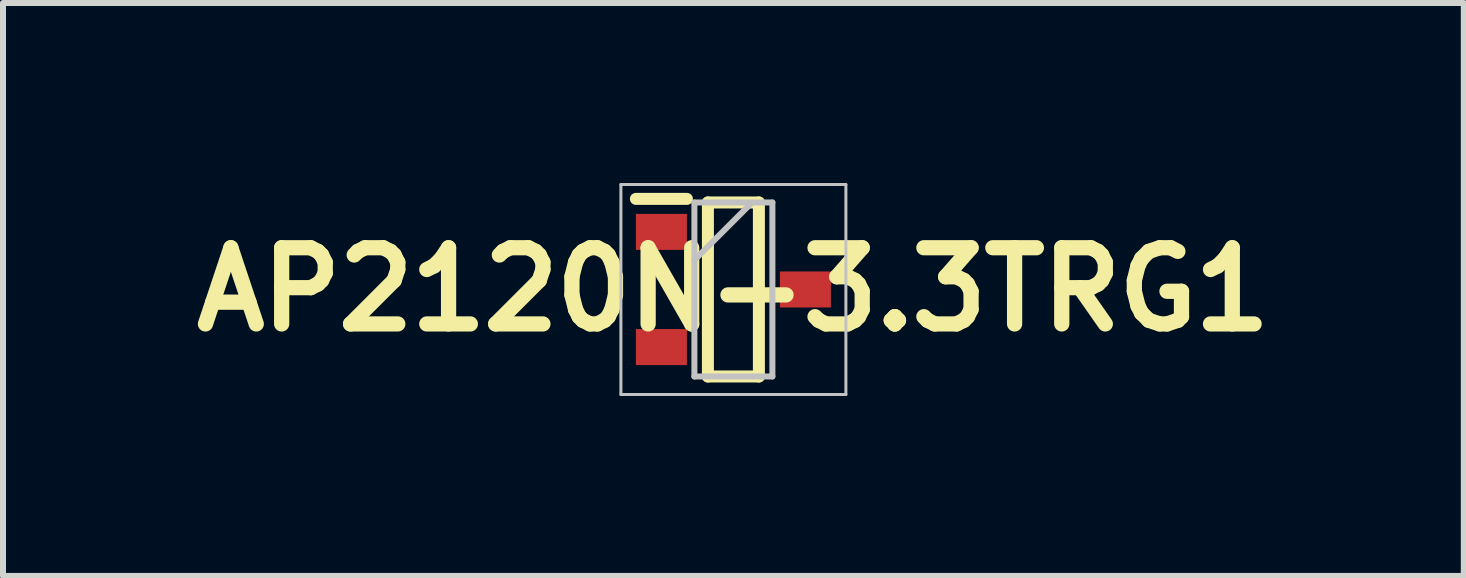
<source format=kicad_pcb>
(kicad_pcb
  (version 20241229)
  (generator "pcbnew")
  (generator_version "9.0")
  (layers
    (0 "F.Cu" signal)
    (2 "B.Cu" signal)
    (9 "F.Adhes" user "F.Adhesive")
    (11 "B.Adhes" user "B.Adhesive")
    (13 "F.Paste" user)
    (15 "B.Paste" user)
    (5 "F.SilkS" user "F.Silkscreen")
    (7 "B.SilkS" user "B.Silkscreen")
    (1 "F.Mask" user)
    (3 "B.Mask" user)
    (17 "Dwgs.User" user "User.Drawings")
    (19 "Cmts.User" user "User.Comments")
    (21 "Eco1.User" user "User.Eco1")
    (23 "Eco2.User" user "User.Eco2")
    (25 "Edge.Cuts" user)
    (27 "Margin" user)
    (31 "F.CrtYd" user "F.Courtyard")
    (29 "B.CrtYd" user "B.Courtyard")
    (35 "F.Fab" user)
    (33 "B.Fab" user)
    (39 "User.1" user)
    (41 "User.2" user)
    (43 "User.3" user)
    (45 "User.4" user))
  (footprint "AP2120N-3.3TRG1"
    (layer "F.Cu")
    (at 9.174 1.775)
    (property "Reference" "AP2120N-3.3TRG1" (at 0 0 0) (layer "F.SilkS") (effects (font (size 1.27 1.27) (thickness 0.254))))
    (attr smd)
    (fp_line (start -1.625 -1.51) (end -0.775 -1.51) (stroke (width 0.2) (type solid)) (layer "F.SilkS"))
    (fp_line (start -0.425 -1.45) (end 0.425 -1.45) (stroke (width 0.2) (type solid)) (layer "F.SilkS"))
    (fp_line (start -0.425 1.45) (end -0.425 -1.45) (stroke (width 0.2) (type solid)) (layer "F.SilkS"))
    (fp_line (start 0.425 -1.45) (end 0.425 1.45) (stroke (width 0.2) (type solid)) (layer "F.SilkS"))
    (fp_line (start 0.425 1.45) (end -0.425 1.45) (stroke (width 0.2) (type solid)) (layer "F.SilkS"))
    (fp_line (start -1.875 -1.75) (end 1.875 -1.75) (stroke (width 0.05) (type solid)) (layer "Dwgs.User"))
    (fp_line (start -1.875 1.75) (end -1.875 -1.75) (stroke (width 0.05) (type solid)) (layer "Dwgs.User"))
    (fp_line (start -0.65 -1.45) (end 0.65 -1.45) (stroke (width 0.1) (type solid)) (layer "Dwgs.User"))
    (fp_line (start -0.65 -0.49) (end 0.31 -1.45) (stroke (width 0.1) (type solid)) (layer "Dwgs.User"))
    (fp_line (start -0.65 1.45) (end -0.65 -1.45) (stroke (width 0.1) (type solid)) (layer "Dwgs.User"))
    (fp_line (start 0.65 -1.45) (end 0.65 1.45) (stroke (width 0.1) (type solid)) (layer "Dwgs.User"))
    (fp_line (start 0.65 1.45) (end -0.65 1.45) (stroke (width 0.1) (type solid)) (layer "Dwgs.User"))
    (fp_line (start 1.875 -1.75) (end 1.875 1.75) (stroke (width 0.05) (type solid)) (layer "Dwgs.User"))
    (fp_line (start 1.875 1.75) (end -1.875 1.75) (stroke (width 0.05) (type solid)) (layer "Dwgs.User"))
    (pad "1" smd rect (at -1.2 -0.96 90) (size 0.6 0.85) (layers "F.Cu" "F.Mask" "F.Paste"))
    (pad "2" smd rect (at -1.2 0.96 90) (size 0.6 0.85) (layers "F.Cu" "F.Mask" "F.Paste"))
    (pad "3" smd rect (at 1.2 0 90) (size 0.6 0.85) (layers "F.Cu" "F.Mask" "F.Paste")))
  (gr_rect
    (start -3 -3)
    (end 21.348 6.55)
    (stroke (width 0.1) (type default))
    (fill no)
    (layer "Edge.Cuts")))
</source>
